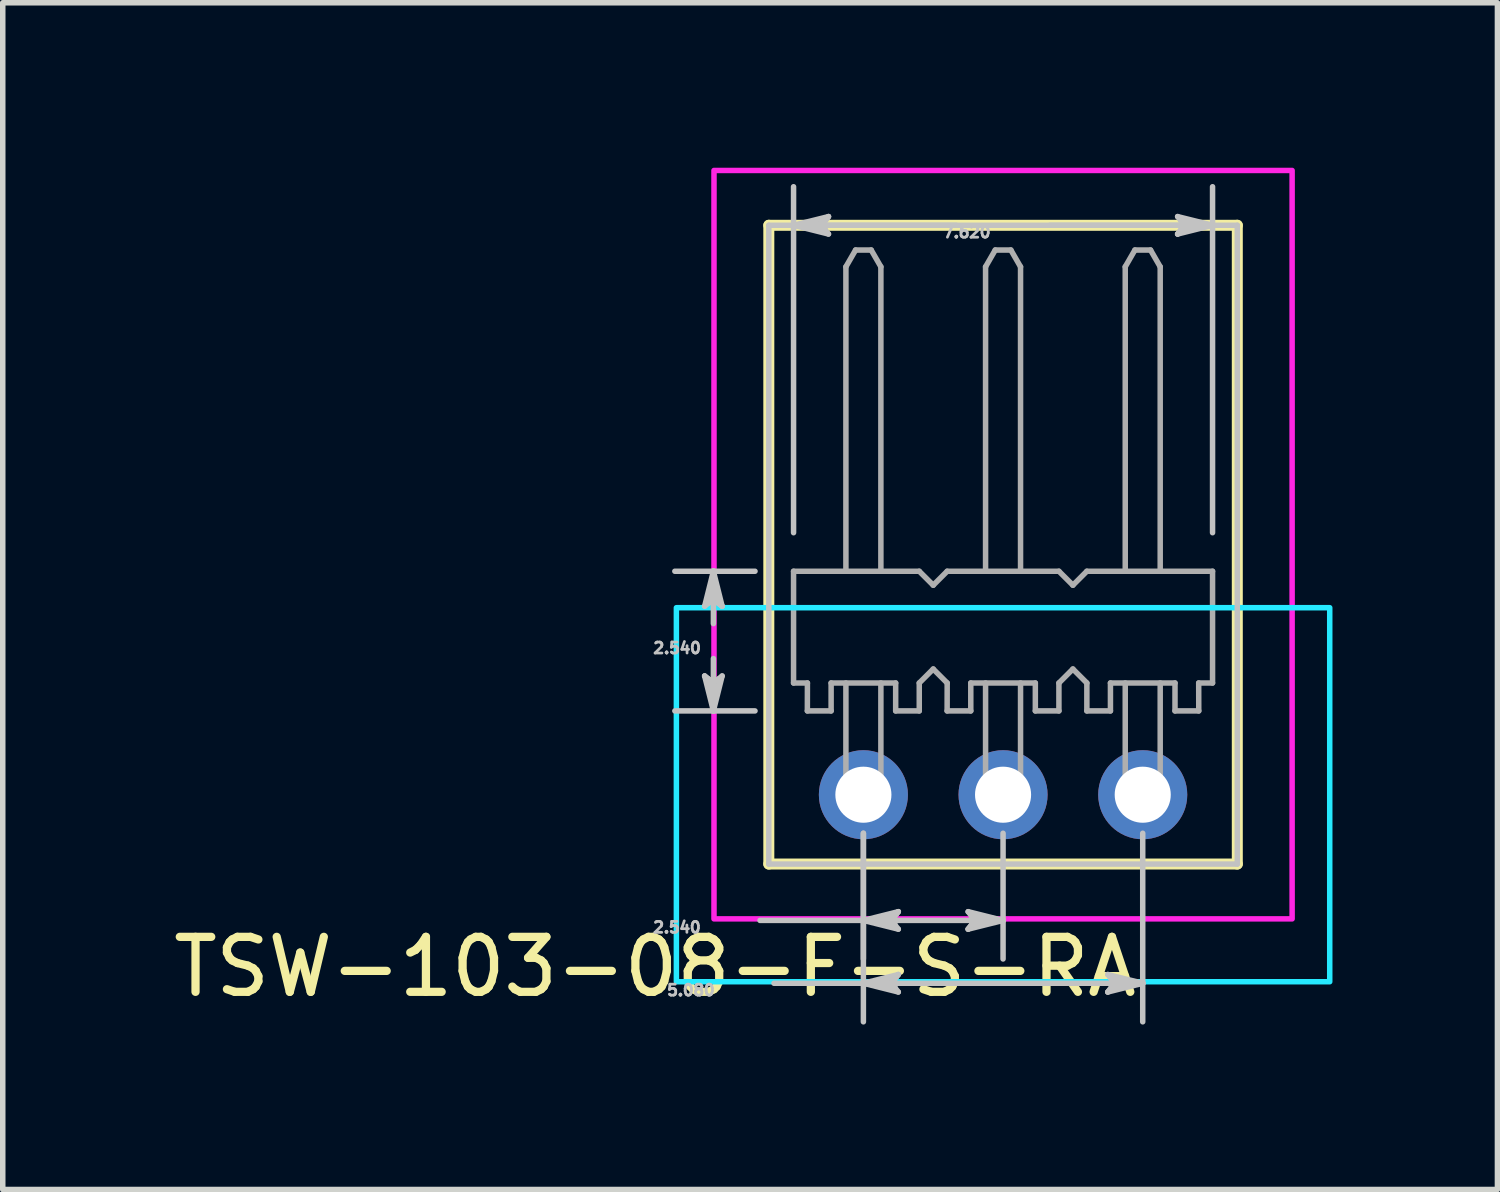
<source format=kicad_pcb>
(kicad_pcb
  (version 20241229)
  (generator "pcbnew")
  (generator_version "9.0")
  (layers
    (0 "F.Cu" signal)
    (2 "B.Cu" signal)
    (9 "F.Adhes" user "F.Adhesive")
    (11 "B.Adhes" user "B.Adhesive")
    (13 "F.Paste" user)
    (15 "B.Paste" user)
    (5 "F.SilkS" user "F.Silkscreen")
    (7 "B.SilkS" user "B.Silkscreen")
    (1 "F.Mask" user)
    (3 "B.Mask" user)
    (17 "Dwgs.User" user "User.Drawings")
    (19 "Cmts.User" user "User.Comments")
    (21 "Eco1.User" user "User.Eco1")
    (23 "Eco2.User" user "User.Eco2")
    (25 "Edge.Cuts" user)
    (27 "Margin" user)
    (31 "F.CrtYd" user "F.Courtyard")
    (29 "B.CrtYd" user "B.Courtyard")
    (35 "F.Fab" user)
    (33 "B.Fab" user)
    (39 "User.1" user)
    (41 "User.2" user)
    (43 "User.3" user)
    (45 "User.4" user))
  (footprint "TSW-103-08-F-S-RA"
    (layer "F.Cu")
    (at 15.192 8.609)
    (property "Reference" "TSW-103-08-F-S-RA" (at -6.329 5.924 0) (layer "F.SilkS") (effects (font (size 1 1) (thickness 0.15))))
    (attr through_hole)
    (fp_circle (center -2.54 2.794) (end -1.679 2.794) (stroke (width 0.1) (type solid)) (fill no) (layer "F.Mask"))
    (fp_circle (center 0 2.794) (end 0.861 2.794) (stroke (width 0.1) (type solid)) (fill no) (layer "F.Mask"))
    (fp_circle (center 2.54 2.794) (end 3.401 2.794) (stroke (width 0.1) (type solid)) (fill no) (layer "F.Mask"))
    (fp_circle (center -2.54 2.794) (end -1.679 2.794) (stroke (width 0.1) (type solid)) (fill no) (layer "B.Mask"))
    (fp_circle (center 0 2.794) (end 0.861 2.794) (stroke (width 0.1) (type solid)) (fill no) (layer "B.Mask"))
    (fp_circle (center 2.54 2.794) (end 3.401 2.794) (stroke (width 0.1) (type solid)) (fill no) (layer "B.Mask"))
    (fp_line (start -4.26 -7.562) (end -4.26 4.055) (stroke (width 0.2) (type solid)) (layer "F.SilkS"))
    (fp_line (start -4.26 4.055) (end 4.26 4.055) (stroke (width 0.2) (type solid)) (layer "F.SilkS"))
    (fp_line (start 4.26 -7.562) (end -4.26 -7.562) (stroke (width 0.2) (type solid)) (layer "F.SilkS"))
    (fp_line (start 4.26 4.055) (end 4.26 -7.562) (stroke (width 0.2) (type solid)) (layer "F.SilkS"))
    (fp_line (start -5.427 -0.635) (end -5.268 -0.762) (stroke (width 0.1) (type solid)) (layer "Dwgs.User"))
    (fp_line (start -5.427 0.635) (end -5.268 1.27) (stroke (width 0.1) (type solid)) (layer "Dwgs.User"))
    (fp_line (start -5.347 -0.698) (end -5.268 -0.762) (stroke (width 0.1) (type solid)) (layer "Dwgs.User"))
    (fp_line (start -5.347 0.698) (end -5.427 0.635) (stroke (width 0.1) (type solid)) (layer "Dwgs.User"))
    (fp_line (start -5.268 -1.27) (end -5.427 -0.635) (stroke (width 0.1) (type solid)) (layer "Dwgs.User"))
    (fp_line (start -5.268 -1.27) (end -5.347 -0.698) (stroke (width 0.1) (type solid)) (layer "Dwgs.User"))
    (fp_line (start -5.268 -1.27) (end -5.189 -0.698) (stroke (width 0.1) (type solid)) (layer "Dwgs.User"))
    (fp_line (start -5.268 -0.762) (end -5.268 -1.27) (stroke (width 0.1) (type solid)) (layer "Dwgs.User"))
    (fp_line (start -5.268 -0.762) (end -5.109 -0.635) (stroke (width 0.1) (type solid)) (layer "Dwgs.User"))
    (fp_line (start -5.268 -0.318) (end -5.268 -1.27) (stroke (width 0.1) (type solid)) (layer "Dwgs.User"))
    (fp_line (start -5.268 0.318) (end -5.268 1.27) (stroke (width 0.1) (type solid)) (layer "Dwgs.User"))
    (fp_line (start -5.268 0.762) (end -5.427 0.635) (stroke (width 0.1) (type solid)) (layer "Dwgs.User"))
    (fp_line (start -5.268 0.762) (end -5.268 1.27) (stroke (width 0.1) (type solid)) (layer "Dwgs.User"))
    (fp_line (start -5.268 1.27) (end -5.347 0.698) (stroke (width 0.1) (type solid)) (layer "Dwgs.User"))
    (fp_line (start -5.268 1.27) (end -5.189 0.698) (stroke (width 0.1) (type solid)) (layer "Dwgs.User"))
    (fp_line (start -5.268 1.27) (end -5.109 0.635) (stroke (width 0.1) (type solid)) (layer "Dwgs.User"))
    (fp_line (start -5.189 -0.698) (end -5.109 -0.635) (stroke (width 0.1) (type solid)) (layer "Dwgs.User"))
    (fp_line (start -5.189 0.698) (end -5.268 0.762) (stroke (width 0.1) (type solid)) (layer "Dwgs.User"))
    (fp_line (start -5.109 -0.635) (end -5.268 -1.27) (stroke (width 0.1) (type solid)) (layer "Dwgs.User"))
    (fp_line (start -5.109 0.635) (end -5.268 0.762) (stroke (width 0.1) (type solid)) (layer "Dwgs.User"))
    (fp_line (start -4.511 -1.27) (end -5.969 -1.27) (stroke (width 0.1) (type solid)) (layer "Dwgs.User"))
    (fp_line (start -4.511 1.27) (end -5.969 1.27) (stroke (width 0.1) (type solid)) (layer "Dwgs.User"))
    (fp_line (start -4.42 5.08) (end -2.54 5.08) (stroke (width 0.1) (type solid)) (layer "Dwgs.User"))
    (fp_line (start -4.26 -7.562) (end -4.26 4.055) (stroke (width 0.1) (type solid)) (layer "Dwgs.User"))
    (fp_line (start -4.26 4.055) (end 4.26 4.055) (stroke (width 0.1) (type solid)) (layer "Dwgs.User"))
    (fp_line (start -4.166 6.223) (end -2.54 6.223) (stroke (width 0.1) (type solid)) (layer "Dwgs.User"))
    (fp_line (start -3.81 -7.562) (end -3.238 -7.641) (stroke (width 0.1) (type solid)) (layer "Dwgs.User"))
    (fp_line (start -3.81 -7.562) (end -3.238 -7.482) (stroke (width 0.1) (type solid)) (layer "Dwgs.User"))
    (fp_line (start -3.81 -7.562) (end -3.175 -7.403) (stroke (width 0.1) (type solid)) (layer "Dwgs.User"))
    (fp_line (start -3.81 -1.971) (end -3.81 -8.263) (stroke (width 0.1) (type solid)) (layer "Dwgs.User"))
    (fp_line (start -3.302 -7.562) (end -3.81 -7.562) (stroke (width 0.1) (type solid)) (layer "Dwgs.User"))
    (fp_line (start -3.302 -7.562) (end -3.175 -7.72) (stroke (width 0.1) (type solid)) (layer "Dwgs.User"))
    (fp_line (start -3.238 -7.641) (end -3.175 -7.72) (stroke (width 0.1) (type solid)) (layer "Dwgs.User"))
    (fp_line (start -3.238 -7.482) (end -3.302 -7.562) (stroke (width 0.1) (type solid)) (layer "Dwgs.User"))
    (fp_line (start -3.175 -7.72) (end -3.81 -7.562) (stroke (width 0.1) (type solid)) (layer "Dwgs.User"))
    (fp_line (start -3.175 -7.403) (end -3.302 -7.562) (stroke (width 0.1) (type solid)) (layer "Dwgs.User"))
    (fp_line (start -2.54 3.495) (end -2.54 5.781) (stroke (width 0.1) (type solid)) (layer "Dwgs.User"))
    (fp_line (start -2.54 3.495) (end -2.54 6.924) (stroke (width 0.1) (type solid)) (layer "Dwgs.User"))
    (fp_line (start -2.54 5.08) (end -1.968 5.001) (stroke (width 0.1) (type solid)) (layer "Dwgs.User"))
    (fp_line (start -2.54 5.08) (end -1.968 5.159) (stroke (width 0.1) (type solid)) (layer "Dwgs.User"))
    (fp_line (start -2.54 5.08) (end -1.905 5.239) (stroke (width 0.1) (type solid)) (layer "Dwgs.User"))
    (fp_line (start -2.54 5.08) (end 0 5.08) (stroke (width 0.1) (type solid)) (layer "Dwgs.User"))
    (fp_line (start -2.54 6.223) (end -1.968 6.144) (stroke (width 0.1) (type solid)) (layer "Dwgs.User"))
    (fp_line (start -2.54 6.223) (end -1.968 6.302) (stroke (width 0.1) (type solid)) (layer "Dwgs.User"))
    (fp_line (start -2.54 6.223) (end -1.905 6.382) (stroke (width 0.1) (type solid)) (layer "Dwgs.User"))
    (fp_line (start -2.54 6.223) (end 2.54 6.223) (stroke (width 0.1) (type solid)) (layer "Dwgs.User"))
    (fp_line (start -2.032 5.08) (end -2.54 5.08) (stroke (width 0.1) (type solid)) (layer "Dwgs.User"))
    (fp_line (start -2.032 5.08) (end -1.905 4.921) (stroke (width 0.1) (type solid)) (layer "Dwgs.User"))
    (fp_line (start -2.032 6.223) (end -2.54 6.223) (stroke (width 0.1) (type solid)) (layer "Dwgs.User"))
    (fp_line (start -2.032 6.223) (end -1.905 6.064) (stroke (width 0.1) (type solid)) (layer "Dwgs.User"))
    (fp_line (start -1.968 5.001) (end -1.905 4.921) (stroke (width 0.1) (type solid)) (layer "Dwgs.User"))
    (fp_line (start -1.968 5.159) (end -2.032 5.08) (stroke (width 0.1) (type solid)) (layer "Dwgs.User"))
    (fp_line (start -1.968 6.144) (end -1.905 6.064) (stroke (width 0.1) (type solid)) (layer "Dwgs.User"))
    (fp_line (start -1.968 6.302) (end -2.032 6.223) (stroke (width 0.1) (type solid)) (layer "Dwgs.User"))
    (fp_line (start -1.905 4.921) (end -2.54 5.08) (stroke (width 0.1) (type solid)) (layer "Dwgs.User"))
    (fp_line (start -1.905 5.239) (end -2.032 5.08) (stroke (width 0.1) (type solid)) (layer "Dwgs.User"))
    (fp_line (start -1.905 6.064) (end -2.54 6.223) (stroke (width 0.1) (type solid)) (layer "Dwgs.User"))
    (fp_line (start -1.905 6.382) (end -2.032 6.223) (stroke (width 0.1) (type solid)) (layer "Dwgs.User"))
    (fp_line (start -0.851 -7.562) (end -3.81 -7.562) (stroke (width 0.1) (type solid)) (layer "Dwgs.User"))
    (fp_line (start -0.635 4.921) (end -0.508 5.08) (stroke (width 0.1) (type solid)) (layer "Dwgs.User"))
    (fp_line (start -0.635 5.239) (end 0 5.08) (stroke (width 0.1) (type solid)) (layer "Dwgs.User"))
    (fp_line (start -0.572 5.001) (end -0.508 5.08) (stroke (width 0.1) (type solid)) (layer "Dwgs.User"))
    (fp_line (start -0.572 5.159) (end -0.635 5.239) (stroke (width 0.1) (type solid)) (layer "Dwgs.User"))
    (fp_line (start -0.508 5.08) (end -0.635 5.239) (stroke (width 0.1) (type solid)) (layer "Dwgs.User"))
    (fp_line (start -0.508 5.08) (end 0 5.08) (stroke (width 0.1) (type solid)) (layer "Dwgs.User"))
    (fp_line (start 0 3.495) (end 0 5.781) (stroke (width 0.1) (type solid)) (layer "Dwgs.User"))
    (fp_line (start 0 5.08) (end -0.635 4.921) (stroke (width 0.1) (type solid)) (layer "Dwgs.User"))
    (fp_line (start 0 5.08) (end -0.572 5.001) (stroke (width 0.1) (type solid)) (layer "Dwgs.User"))
    (fp_line (start 0 5.08) (end -0.572 5.159) (stroke (width 0.1) (type solid)) (layer "Dwgs.User"))
    (fp_line (start 0.851 -7.562) (end 3.81 -7.562) (stroke (width 0.1) (type solid)) (layer "Dwgs.User"))
    (fp_line (start 1.905 6.064) (end 2.032 6.223) (stroke (width 0.1) (type solid)) (layer "Dwgs.User"))
    (fp_line (start 1.905 6.382) (end 2.54 6.223) (stroke (width 0.1) (type solid)) (layer "Dwgs.User"))
    (fp_line (start 1.968 6.144) (end 2.032 6.223) (stroke (width 0.1) (type solid)) (layer "Dwgs.User"))
    (fp_line (start 1.968 6.302) (end 1.905 6.382) (stroke (width 0.1) (type solid)) (layer "Dwgs.User"))
    (fp_line (start 2.032 6.223) (end 1.905 6.382) (stroke (width 0.1) (type solid)) (layer "Dwgs.User"))
    (fp_line (start 2.032 6.223) (end 2.54 6.223) (stroke (width 0.1) (type solid)) (layer "Dwgs.User"))
    (fp_line (start 2.54 3.495) (end 2.54 6.924) (stroke (width 0.1) (type solid)) (layer "Dwgs.User"))
    (fp_line (start 2.54 6.223) (end 1.905 6.064) (stroke (width 0.1) (type solid)) (layer "Dwgs.User"))
    (fp_line (start 2.54 6.223) (end 1.968 6.144) (stroke (width 0.1) (type solid)) (layer "Dwgs.User"))
    (fp_line (start 2.54 6.223) (end 1.968 6.302) (stroke (width 0.1) (type solid)) (layer "Dwgs.User"))
    (fp_line (start 3.175 -7.72) (end 3.302 -7.562) (stroke (width 0.1) (type solid)) (layer "Dwgs.User"))
    (fp_line (start 3.175 -7.403) (end 3.81 -7.562) (stroke (width 0.1) (type solid)) (layer "Dwgs.User"))
    (fp_line (start 3.238 -7.641) (end 3.302 -7.562) (stroke (width 0.1) (type solid)) (layer "Dwgs.User"))
    (fp_line (start 3.238 -7.482) (end 3.175 -7.403) (stroke (width 0.1) (type solid)) (layer "Dwgs.User"))
    (fp_line (start 3.302 -7.562) (end 3.175 -7.403) (stroke (width 0.1) (type solid)) (layer "Dwgs.User"))
    (fp_line (start 3.302 -7.562) (end 3.81 -7.562) (stroke (width 0.1) (type solid)) (layer "Dwgs.User"))
    (fp_line (start 3.81 -7.562) (end 3.175 -7.72) (stroke (width 0.1) (type solid)) (layer "Dwgs.User"))
    (fp_line (start 3.81 -7.562) (end 3.238 -7.641) (stroke (width 0.1) (type solid)) (layer "Dwgs.User"))
    (fp_line (start 3.81 -7.562) (end 3.238 -7.482) (stroke (width 0.1) (type solid)) (layer "Dwgs.User"))
    (fp_line (start 3.81 -1.971) (end 3.81 -8.263) (stroke (width 0.1) (type solid)) (layer "Dwgs.User"))
    (fp_line (start 4.26 -7.562) (end -4.26 -7.562) (stroke (width 0.1) (type solid)) (layer "Dwgs.User"))
    (fp_line (start 4.26 4.055) (end 4.26 -7.562) (stroke (width 0.1) (type solid)) (layer "Dwgs.User"))
    (fp_poly (pts (xy -5.941 6.195) (xy -5.941 -0.607) (xy 5.941 -0.607) (xy 5.941 6.195) (xy -5.941 6.195)) (stroke (width 0.1) (type solid)) (fill no) (layer "B.CrtYd"))
    (fp_poly (pts (xy 5.257 -8.559) (xy -5.257 -8.559) (xy -5.257 5.052) (xy 5.257 5.052) (xy 5.257 -8.559)) (stroke (width 0.1) (type solid)) (fill no) (layer "F.CrtYd"))
    (fp_line (start -3.81 -1.27) (end -3.81 0.762) (stroke (width 0.1) (type solid)) (layer "F.Fab"))
    (fp_line (start -3.81 -1.27) (end -1.524 -1.27) (stroke (width 0.1) (type solid)) (layer "F.Fab"))
    (fp_line (start -3.81 0.762) (end -3.558 0.762) (stroke (width 0.1) (type solid)) (layer "F.Fab"))
    (fp_line (start -3.559 1.27) (end -3.127 1.27) (stroke (width 0.1) (type solid)) (layer "F.Fab"))
    (fp_line (start -3.558 0.762) (end -3.559 1.27) (stroke (width 0.1) (type solid)) (layer "F.Fab"))
    (fp_line (start -3.127 0.762) (end -1.953 0.762) (stroke (width 0.1) (type solid)) (layer "F.Fab"))
    (fp_line (start -3.127 1.27) (end -3.127 0.762) (stroke (width 0.1) (type solid)) (layer "F.Fab"))
    (fp_line (start -2.858 -6.807) (end -2.858 -1.27) (stroke (width 0.1) (type solid)) (layer "F.Fab"))
    (fp_line (start -2.858 0.762) (end -2.858 3.112) (stroke (width 0.1) (type solid)) (layer "F.Fab"))
    (fp_line (start -2.858 3.112) (end -2.222 3.112) (stroke (width 0.1) (type solid)) (layer "F.Fab"))
    (fp_line (start -2.682 -7.112) (end -2.858 -6.807) (stroke (width 0.1) (type solid)) (layer "F.Fab"))
    (fp_line (start -2.398 -7.112) (end -2.682 -7.112) (stroke (width 0.1) (type solid)) (layer "F.Fab"))
    (fp_line (start -2.222 -6.807) (end -2.398 -7.112) (stroke (width 0.1) (type solid)) (layer "F.Fab"))
    (fp_line (start -2.222 -1.27) (end -2.222 -6.807) (stroke (width 0.1) (type solid)) (layer "F.Fab"))
    (fp_line (start -2.222 3.112) (end -2.222 0.762) (stroke (width 0.1) (type solid)) (layer "F.Fab"))
    (fp_line (start -1.953 0.762) (end -1.953 1.27) (stroke (width 0.1) (type solid)) (layer "F.Fab"))
    (fp_line (start -1.953 1.27) (end -1.524 1.27) (stroke (width 0.1) (type solid)) (layer "F.Fab"))
    (fp_line (start -1.524 -1.27) (end -1.27 -1.016) (stroke (width 0.1) (type solid)) (layer "F.Fab"))
    (fp_line (start -1.524 0.762) (end -1.27 0.508) (stroke (width 0.1) (type solid)) (layer "F.Fab"))
    (fp_line (start -1.524 1.27) (end -1.524 0.762) (stroke (width 0.1) (type solid)) (layer "F.Fab"))
    (fp_line (start -1.27 -1.016) (end -1.016 -1.27) (stroke (width 0.1) (type solid)) (layer "F.Fab"))
    (fp_line (start -1.017 1.27) (end -1.016 0.762) (stroke (width 0.1) (type solid)) (layer "F.Fab"))
    (fp_line (start -1.016 -1.27) (end 1.016 -1.27) (stroke (width 0.1) (type solid)) (layer "F.Fab"))
    (fp_line (start -1.016 0.762) (end -1.27 0.508) (stroke (width 0.1) (type solid)) (layer "F.Fab"))
    (fp_line (start -0.587 0.762) (end -0.587 1.27) (stroke (width 0.1) (type solid)) (layer "F.Fab"))
    (fp_line (start -0.587 1.27) (end -1.017 1.27) (stroke (width 0.1) (type solid)) (layer "F.Fab"))
    (fp_line (start -0.318 -6.807) (end -0.318 -1.27) (stroke (width 0.1) (type solid)) (layer "F.Fab"))
    (fp_line (start -0.318 0.762) (end -0.318 3.112) (stroke (width 0.1) (type solid)) (layer "F.Fab"))
    (fp_line (start -0.318 3.112) (end 0.318 3.112) (stroke (width 0.1) (type solid)) (layer "F.Fab"))
    (fp_line (start -0.142 -7.112) (end -0.318 -6.807) (stroke (width 0.1) (type solid)) (layer "F.Fab"))
    (fp_line (start 0.142 -7.112) (end -0.142 -7.112) (stroke (width 0.1) (type solid)) (layer "F.Fab"))
    (fp_line (start 0.318 -6.807) (end 0.142 -7.112) (stroke (width 0.1) (type solid)) (layer "F.Fab"))
    (fp_line (start 0.318 -1.27) (end 0.318 -6.807) (stroke (width 0.1) (type solid)) (layer "F.Fab"))
    (fp_line (start 0.318 3.112) (end 0.318 0.762) (stroke (width 0.1) (type solid)) (layer "F.Fab"))
    (fp_line (start 0.587 0.762) (end -0.587 0.762) (stroke (width 0.1) (type solid)) (layer "F.Fab"))
    (fp_line (start 0.587 1.27) (end 0.587 0.762) (stroke (width 0.1) (type solid)) (layer "F.Fab"))
    (fp_line (start 1.016 -1.27) (end 1.27 -1.016) (stroke (width 0.1) (type solid)) (layer "F.Fab"))
    (fp_line (start 1.016 0.762) (end 1.016 1.27) (stroke (width 0.1) (type solid)) (layer "F.Fab"))
    (fp_line (start 1.016 1.27) (end 0.587 1.27) (stroke (width 0.1) (type solid)) (layer "F.Fab"))
    (fp_line (start 1.27 -1.016) (end 1.524 -1.27) (stroke (width 0.1) (type solid)) (layer "F.Fab"))
    (fp_line (start 1.27 0.508) (end 1.016 0.762) (stroke (width 0.1) (type solid)) (layer "F.Fab"))
    (fp_line (start 1.27 0.508) (end 1.524 0.762) (stroke (width 0.1) (type solid)) (layer "F.Fab"))
    (fp_line (start 1.524 -1.27) (end 3.81 -1.27) (stroke (width 0.1) (type solid)) (layer "F.Fab"))
    (fp_line (start 1.524 1.27) (end 1.524 0.762) (stroke (width 0.1) (type solid)) (layer "F.Fab"))
    (fp_line (start 1.953 0.762) (end 1.953 1.27) (stroke (width 0.1) (type solid)) (layer "F.Fab"))
    (fp_line (start 1.953 1.27) (end 1.524 1.27) (stroke (width 0.1) (type solid)) (layer "F.Fab"))
    (fp_line (start 2.222 -6.807) (end 2.222 -1.27) (stroke (width 0.1) (type solid)) (layer "F.Fab"))
    (fp_line (start 2.222 0.762) (end 2.222 3.112) (stroke (width 0.1) (type solid)) (layer "F.Fab"))
    (fp_line (start 2.222 3.112) (end 2.858 3.112) (stroke (width 0.1) (type solid)) (layer "F.Fab"))
    (fp_line (start 2.398 -7.112) (end 2.222 -6.807) (stroke (width 0.1) (type solid)) (layer "F.Fab"))
    (fp_line (start 2.682 -7.112) (end 2.398 -7.112) (stroke (width 0.1) (type solid)) (layer "F.Fab"))
    (fp_line (start 2.858 -6.807) (end 2.682 -7.112) (stroke (width 0.1) (type solid)) (layer "F.Fab"))
    (fp_line (start 2.858 -1.27) (end 2.858 -6.807) (stroke (width 0.1) (type solid)) (layer "F.Fab"))
    (fp_line (start 2.858 3.112) (end 2.858 0.762) (stroke (width 0.1) (type solid)) (layer "F.Fab"))
    (fp_line (start 3.127 0.762) (end 1.953 0.762) (stroke (width 0.1) (type solid)) (layer "F.Fab"))
    (fp_line (start 3.127 1.27) (end 3.127 0.762) (stroke (width 0.1) (type solid)) (layer "F.Fab"))
    (fp_line (start 3.558 0.762) (end 3.559 1.27) (stroke (width 0.1) (type solid)) (layer "F.Fab"))
    (fp_line (start 3.559 1.27) (end 3.127 1.27) (stroke (width 0.1) (type solid)) (layer "F.Fab"))
    (fp_line (start 3.81 -1.27) (end 3.81 0.762) (stroke (width 0.1) (type solid)) (layer "F.Fab"))
    (fp_line (start 3.81 0.762) (end 3.558 0.762) (stroke (width 0.1) (type solid)) (layer "F.Fab"))
    (fp_text user "2.540" (at -5.931 5.207 0) (layer "Dwgs.User") (effects (font (size 0.2 0.2) (thickness 0.15))))
    (fp_text user "2.540" (at -5.928 0.127 0) (layer "Dwgs.User") (effects (font (size 0.2 0.2) (thickness 0.15))))
    (fp_text user "7.620" (at -0.66 -7.435 0) (layer "Dwgs.User") (effects (font (size 0.2 0.2) (thickness 0.15))))
    (fp_text user "5.080" (at -5.677 6.35 0) (layer "Dwgs.User") (effects (font (size 0.2 0.2) (thickness 0.15))))
    (pad "1" thru_hole circle (at -2.54 2.794) (size 1.62 1.62) (drill 1.02) (layers "*.Cu"))
    (pad "2" thru_hole circle (at 0 2.794) (size 1.62 1.62) (drill 1.02) (layers "*.Cu"))
    (pad "3" thru_hole circle (at 2.54 2.794) (size 1.62 1.62) (drill 1.02) (layers "*.Cu")))
  (gr_rect
    (start -3 -3)
    (end 24.183 18.583)
    (stroke (width 0.1) (type default))
    (fill no)
    (layer "Edge.Cuts")))
</source>
